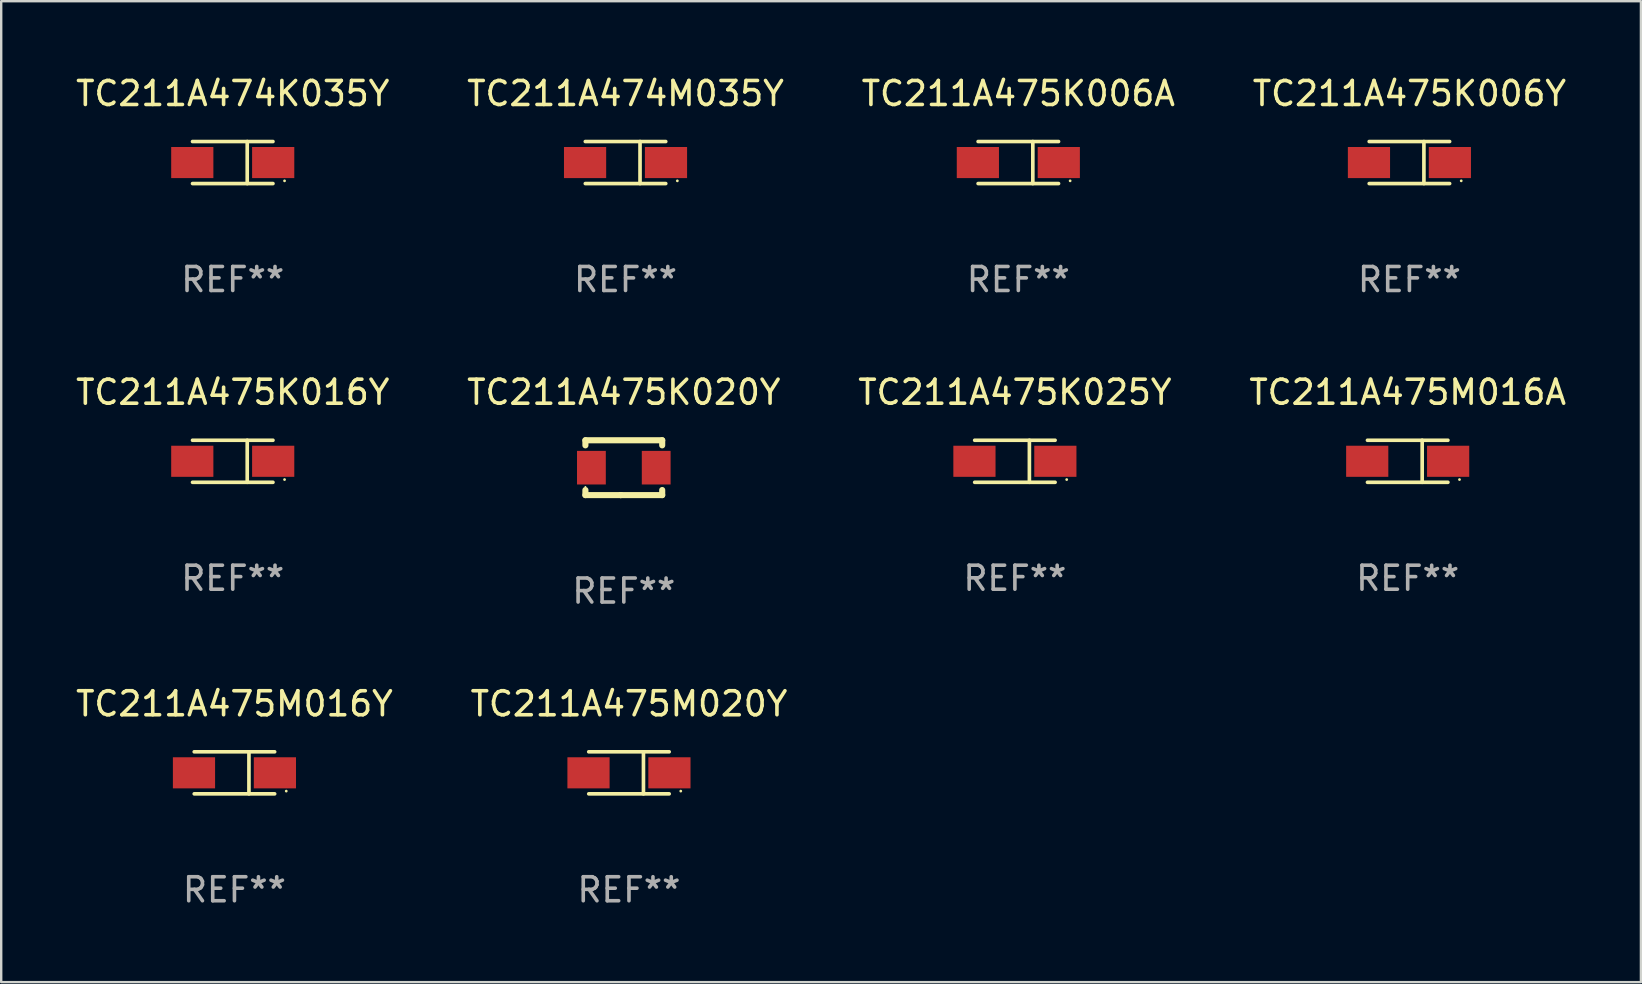
<source format=kicad_pcb>
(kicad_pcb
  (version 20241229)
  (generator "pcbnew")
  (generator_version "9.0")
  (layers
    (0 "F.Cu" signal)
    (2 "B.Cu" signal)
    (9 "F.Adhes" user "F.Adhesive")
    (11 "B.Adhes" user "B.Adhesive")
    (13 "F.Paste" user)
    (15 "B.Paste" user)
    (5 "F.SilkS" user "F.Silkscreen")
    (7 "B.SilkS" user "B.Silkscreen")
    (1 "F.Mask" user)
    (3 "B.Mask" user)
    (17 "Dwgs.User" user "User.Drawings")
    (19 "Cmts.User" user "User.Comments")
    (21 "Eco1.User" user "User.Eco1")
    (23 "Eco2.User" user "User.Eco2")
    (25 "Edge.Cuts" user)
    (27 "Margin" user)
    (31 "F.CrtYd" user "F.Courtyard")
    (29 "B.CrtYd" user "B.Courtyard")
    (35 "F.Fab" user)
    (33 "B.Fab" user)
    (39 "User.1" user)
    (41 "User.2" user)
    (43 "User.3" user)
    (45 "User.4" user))
  (footprint "TC211A475M016Y"
    (layer "F.Cu")
    (at 6.72 29.156)
    (property "Reference" "TC211A475M016Y" (at 0 -2.876 0) (layer "F.SilkS") (effects (font (size 1 1) (thickness 0.15))))
    (attr through_hole)
    (fp_line (start -1.676 -0.876) (end 1.676 -0.876) (stroke (width 0.152) (type solid)) (layer "F.SilkS"))
    (fp_line (start -1.676 0.876) (end 1.676 0.876) (stroke (width 0.152) (type solid)) (layer "F.SilkS"))
    (fp_line (start 0.604 -0.876) (end 0.604 0.876) (stroke (width 0.152) (type solid)) (layer "F.SilkS"))
    (fp_circle (center 2.159 0.762) (end 2.189 0.762) (stroke (width 0.06) (type solid)) (fill no) (layer "F.SilkS"))
    (fp_text user "REF**" (at 0 4.876 0) (layer "F.Fab") (effects (font (size 1 1) (thickness 0.15))))
    (pad "1" smd rect (at 1.686 0) (size 1.758 1.296) (layers "F.Cu" "F.Mask" "F.Paste"))
    (pad "2" smd rect (at -1.686 0) (size 1.758 1.296) (layers "F.Cu" "F.Mask" "F.Paste")))
  (footprint "TC211A475K006Y"
    (layer "F.Cu")
    (at 55.685 3.724)
    (property "Reference" "TC211A475K006Y" (at 0 -2.876 0) (layer "F.SilkS") (effects (font (size 1 1) (thickness 0.15))))
    (attr through_hole)
    (fp_line (start -1.676 -0.876) (end 1.676 -0.876) (stroke (width 0.152) (type solid)) (layer "F.SilkS"))
    (fp_line (start -1.676 0.876) (end 1.676 0.876) (stroke (width 0.152) (type solid)) (layer "F.SilkS"))
    (fp_line (start 0.604 -0.876) (end 0.604 0.876) (stroke (width 0.152) (type solid)) (layer "F.SilkS"))
    (fp_circle (center 2.159 0.762) (end 2.189 0.762) (stroke (width 0.06) (type solid)) (fill no) (layer "F.SilkS"))
    (fp_text user "REF**" (at 0 4.876 0) (layer "F.Fab") (effects (font (size 1 1) (thickness 0.15))))
    (pad "1" smd rect (at 1.686 0) (size 1.758 1.296) (layers "F.Cu" "F.Mask" "F.Paste"))
    (pad "2" smd rect (at -1.686 0) (size 1.758 1.296) (layers "F.Cu" "F.Mask" "F.Paste")))
  (footprint "TC211A475K025Y"
    (layer "F.Cu")
    (at 39.244 16.173)
    (property "Reference" "TC211A475K025Y" (at 0 -2.876 0) (layer "F.SilkS") (effects (font (size 1 1) (thickness 0.15))))
    (attr through_hole)
    (fp_line (start -1.676 -0.876) (end 1.676 -0.876) (stroke (width 0.152) (type solid)) (layer "F.SilkS"))
    (fp_line (start -1.676 0.876) (end 1.676 0.876) (stroke (width 0.152) (type solid)) (layer "F.SilkS"))
    (fp_line (start 0.604 -0.876) (end 0.604 0.876) (stroke (width 0.152) (type solid)) (layer "F.SilkS"))
    (fp_circle (center 2.159 0.762) (end 2.189 0.762) (stroke (width 0.06) (type solid)) (fill no) (layer "F.SilkS"))
    (fp_text user "REF**" (at 0 4.876 0) (layer "F.Fab") (effects (font (size 1 1) (thickness 0.15))))
    (pad "1" smd rect (at 1.686 0) (size 1.758 1.296) (layers "F.Cu" "F.Mask" "F.Paste"))
    (pad "2" smd rect (at -1.686 0) (size 1.758 1.296) (layers "F.Cu" "F.Mask" "F.Paste")))
  (footprint "TC211A474M035Y"
    (layer "F.Cu")
    (at 23.018 3.724)
    (property "Reference" "TC211A474M035Y" (at 0 -2.876 0) (layer "F.SilkS") (effects (font (size 1 1) (thickness 0.15))))
    (attr through_hole)
    (fp_line (start -1.676 -0.876) (end 1.676 -0.876) (stroke (width 0.152) (type solid)) (layer "F.SilkS"))
    (fp_line (start -1.676 0.876) (end 1.676 0.876) (stroke (width 0.152) (type solid)) (layer "F.SilkS"))
    (fp_line (start 0.604 -0.876) (end 0.604 0.876) (stroke (width 0.152) (type solid)) (layer "F.SilkS"))
    (fp_circle (center 2.159 0.762) (end 2.189 0.762) (stroke (width 0.06) (type solid)) (fill no) (layer "F.SilkS"))
    (fp_text user "REF**" (at 0 4.876 0) (layer "F.Fab") (effects (font (size 1 1) (thickness 0.15))))
    (pad "1" smd rect (at 1.686 0) (size 1.758 1.296) (layers "F.Cu" "F.Mask" "F.Paste"))
    (pad "2" smd rect (at -1.686 0) (size 1.758 1.296) (layers "F.Cu" "F.Mask" "F.Paste")))
  (footprint "TC211A475K006A"
    (layer "F.Cu")
    (at 39.387 3.724)
    (property "Reference" "TC211A475K006A" (at 0 -2.876 0) (layer "F.SilkS") (effects (font (size 1 1) (thickness 0.15))))
    (attr through_hole)
    (fp_line (start -1.676 -0.876) (end 1.676 -0.876) (stroke (width 0.152) (type solid)) (layer "F.SilkS"))
    (fp_line (start -1.676 0.876) (end 1.676 0.876) (stroke (width 0.152) (type solid)) (layer "F.SilkS"))
    (fp_line (start 0.604 -0.876) (end 0.604 0.876) (stroke (width 0.152) (type solid)) (layer "F.SilkS"))
    (fp_circle (center 2.159 0.762) (end 2.189 0.762) (stroke (width 0.06) (type solid)) (fill no) (layer "F.SilkS"))
    (fp_text user "REF**" (at 0 4.876 0) (layer "F.Fab") (effects (font (size 1 1) (thickness 0.15))))
    (pad "1" smd rect (at 1.686 0) (size 1.758 1.296) (layers "F.Cu" "F.Mask" "F.Paste"))
    (pad "2" smd rect (at -1.686 0) (size 1.758 1.296) (layers "F.Cu" "F.Mask" "F.Paste")))
  (footprint "TC211A475K020Y"
    (layer "F.Cu")
    (at 22.946 16.44)
    (property "Reference" "TC211A475K020Y" (at 0 -3.143 0) (layer "F.SilkS") (effects (font (size 1 1) (thickness 0.15))))
    (attr through_hole)
    (fp_line (start -1.6 1.143) (end -0.128 1.143) (stroke (width 0.254) (type solid)) (layer "F.SilkS"))
    (fp_line (start -1.6 -1.143) (end -1.6 -0.931) (stroke (width 0.254) (type solid)) (layer "F.SilkS"))
    (fp_line (start -1.6 -1.143) (end 1.6 -1.143) (stroke (width 0.254) (type solid)) (layer "F.SilkS"))
    (fp_line (start -1.6 0.931) (end -1.6 1.143) (stroke (width 0.254) (type solid)) (layer "F.SilkS"))
    (fp_line (start -0.128 1.143) (end -0.128 1.143) (stroke (width 0.254) (type solid)) (layer "F.SilkS"))
    (fp_line (start -0.128 1.143) (end 1.6 1.143) (stroke (width 0.254) (type solid)) (layer "F.SilkS"))
    (fp_line (start 1.6 -1.143) (end 1.6 -0.931) (stroke (width 0.254) (type solid)) (layer "F.SilkS"))
    (fp_line (start 1.6 0.931) (end 1.6 1.143) (stroke (width 0.254) (type solid)) (layer "F.SilkS"))
    (fp_circle (center -1.6 0.8) (end -1.58 0.8) (stroke (width 0.04) (type solid)) (fill no) (layer "F.SilkS"))
    (fp_text user "REF**" (at 0 5.143 0) (layer "F.Fab") (effects (font (size 1 1) (thickness 0.15))))
    (pad "1" smd rect (at -1.35 0) (size 1.2 1.4) (layers "F.Cu" "F.Mask" "F.Paste"))
    (pad "2" smd rect (at 1.35 0) (size 1.2 1.4) (layers "F.Cu" "F.Mask" "F.Paste")))
  (footprint "TC211A475M020Y"
    (layer "F.Cu")
    (at 23.161 29.156)
    (property "Reference" "TC211A475M020Y" (at 0 -2.876 0) (layer "F.SilkS") (effects (font (size 1 1) (thickness 0.15))))
    (attr through_hole)
    (fp_line (start -1.676 -0.876) (end 1.676 -0.876) (stroke (width 0.152) (type solid)) (layer "F.SilkS"))
    (fp_line (start -1.676 0.876) (end 1.676 0.876) (stroke (width 0.152) (type solid)) (layer "F.SilkS"))
    (fp_line (start 0.604 -0.876) (end 0.604 0.876) (stroke (width 0.152) (type solid)) (layer "F.SilkS"))
    (fp_circle (center 2.159 0.762) (end 2.189 0.762) (stroke (width 0.06) (type solid)) (fill no) (layer "F.SilkS"))
    (fp_text user "REF**" (at 0 4.876 0) (layer "F.Fab") (effects (font (size 1 1) (thickness 0.15))))
    (pad "1" smd rect (at 1.686 0) (size 1.758 1.296) (layers "F.Cu" "F.Mask" "F.Paste"))
    (pad "2" smd rect (at -1.686 0) (size 1.758 1.296) (layers "F.Cu" "F.Mask" "F.Paste")))
  (footprint "TC211A474K035Y"
    (layer "F.Cu")
    (at 6.649 3.724)
    (property "Reference" "TC211A474K035Y" (at 0 -2.876 0) (layer "F.SilkS") (effects (font (size 1 1) (thickness 0.15))))
    (attr through_hole)
    (fp_line (start -1.676 -0.876) (end 1.676 -0.876) (stroke (width 0.152) (type solid)) (layer "F.SilkS"))
    (fp_line (start -1.676 0.876) (end 1.676 0.876) (stroke (width 0.152) (type solid)) (layer "F.SilkS"))
    (fp_line (start 0.604 -0.876) (end 0.604 0.876) (stroke (width 0.152) (type solid)) (layer "F.SilkS"))
    (fp_circle (center 2.159 0.762) (end 2.189 0.762) (stroke (width 0.06) (type solid)) (fill no) (layer "F.SilkS"))
    (fp_text user "REF**" (at 0 4.876 0) (layer "F.Fab") (effects (font (size 1 1) (thickness 0.15))))
    (pad "1" smd rect (at 1.686 0) (size 1.758 1.296) (layers "F.Cu" "F.Mask" "F.Paste"))
    (pad "2" smd rect (at -1.686 0) (size 1.758 1.296) (layers "F.Cu" "F.Mask" "F.Paste")))
  (footprint "TC211A475M016A"
    (layer "F.Cu")
    (at 55.613 16.173)
    (property "Reference" "TC211A475M016A" (at 0 -2.876 0) (layer "F.SilkS") (effects (font (size 1 1) (thickness 0.15))))
    (attr through_hole)
    (fp_line (start -1.676 -0.876) (end 1.676 -0.876) (stroke (width 0.152) (type solid)) (layer "F.SilkS"))
    (fp_line (start -1.676 0.876) (end 1.676 0.876) (stroke (width 0.152) (type solid)) (layer "F.SilkS"))
    (fp_line (start 0.604 -0.876) (end 0.604 0.876) (stroke (width 0.152) (type solid)) (layer "F.SilkS"))
    (fp_circle (center 2.159 0.762) (end 2.189 0.762) (stroke (width 0.06) (type solid)) (fill no) (layer "F.SilkS"))
    (fp_text user "REF**" (at 0 4.876 0) (layer "F.Fab") (effects (font (size 1 1) (thickness 0.15))))
    (pad "1" smd rect (at 1.686 0) (size 1.758 1.296) (layers "F.Cu" "F.Mask" "F.Paste"))
    (pad "2" smd rect (at -1.686 0) (size 1.758 1.296) (layers "F.Cu" "F.Mask" "F.Paste")))
  (footprint "TC211A475K016Y"
    (layer "F.Cu")
    (at 6.649 16.173)
    (property "Reference" "TC211A475K016Y" (at 0 -2.876 0) (layer "F.SilkS") (effects (font (size 1 1) (thickness 0.15))))
    (attr through_hole)
    (fp_line (start -1.676 -0.876) (end 1.676 -0.876) (stroke (width 0.152) (type solid)) (layer "F.SilkS"))
    (fp_line (start -1.676 0.876) (end 1.676 0.876) (stroke (width 0.152) (type solid)) (layer "F.SilkS"))
    (fp_line (start 0.604 -0.876) (end 0.604 0.876) (stroke (width 0.152) (type solid)) (layer "F.SilkS"))
    (fp_circle (center 2.159 0.762) (end 2.189 0.762) (stroke (width 0.06) (type solid)) (fill no) (layer "F.SilkS"))
    (fp_text user "REF**" (at 0 4.876 0) (layer "F.Fab") (effects (font (size 1 1) (thickness 0.15))))
    (pad "1" smd rect (at 1.686 0) (size 1.758 1.296) (layers "F.Cu" "F.Mask" "F.Paste"))
    (pad "2" smd rect (at -1.686 0) (size 1.758 1.296) (layers "F.Cu" "F.Mask" "F.Paste")))
  (gr_rect
    (start -3 -3)
    (end 65.333 37.88)
    (stroke (width 0.1) (type default))
    (fill no)
    (layer "Edge.Cuts")))
</source>
